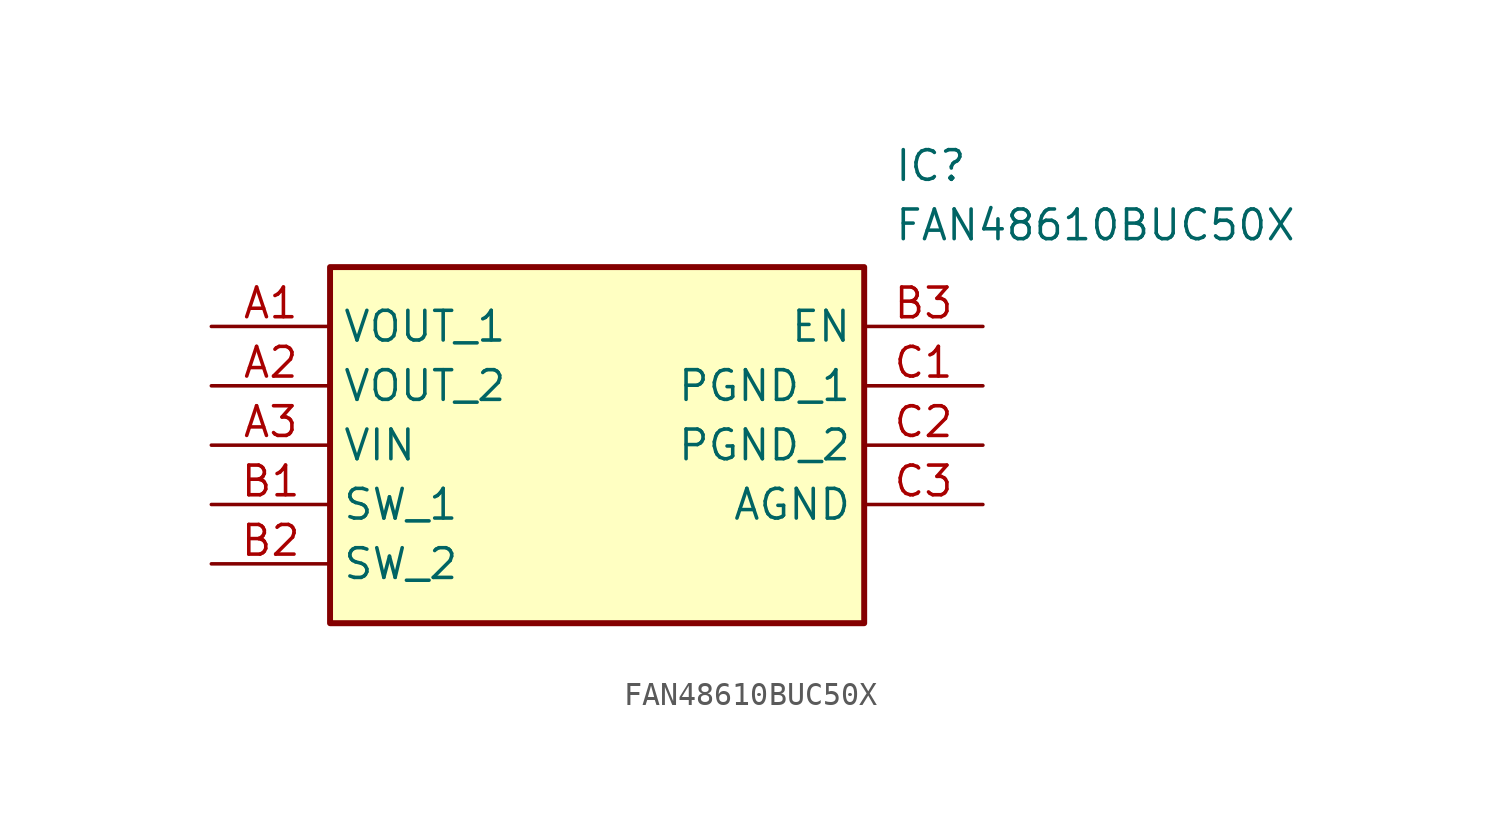
<source format=kicad_sym>
(kicad_symbol_lib
  (version 20220914)
  (generator SamacSys_ECAD_Model)
  (symbol "FAN48610BUC50X"
    (property "Reference" "IC"
      (at 29.21 7.62 0)
      (effects (font (size 1.27 1.27)) (justify left top)))
    (property "Value" "FAN48610BUC50X"
      (at 29.21 5.08 0)
      (effects (font (size 1.27 1.27)) (justify left top)))
    (rectangle
      (start 5.08 2.54)
      (end 27.94 -12.7)
      (stroke (width 0.254) (type default))
      (fill (type background)))
    (pin passive line
      (at 0 0 0)
      (length 5.08)
      (name "VOUT_1" (effects (font (size 1.27 1.27))))
      (number "A1" (effects (font (size 1.27 1.27)))))
    (pin passive line
      (at 0 -2.54 0)
      (length 5.08)
      (name "VOUT_2" (effects (font (size 1.27 1.27))))
      (number "A2" (effects (font (size 1.27 1.27)))))
    (pin passive line
      (at 0 -5.08 0)
      (length 5.08)
      (name "VIN" (effects (font (size 1.27 1.27))))
      (number "A3" (effects (font (size 1.27 1.27)))))
    (pin passive line
      (at 0 -7.62 0)
      (length 5.08)
      (name "SW_1" (effects (font (size 1.27 1.27))))
      (number "B1" (effects (font (size 1.27 1.27)))))
    (pin passive line
      (at 0 -10.16 0)
      (length 5.08)
      (name "SW_2" (effects (font (size 1.27 1.27))))
      (number "B2" (effects (font (size 1.27 1.27)))))
    (pin passive line
      (at 33.02 0 180)
      (length 5.08)
      (name "EN" (effects (font (size 1.27 1.27))))
      (number "B3" (effects (font (size 1.27 1.27)))))
    (pin passive line
      (at 33.02 -2.54 180)
      (length 5.08)
      (name "PGND_1" (effects (font (size 1.27 1.27))))
      (number "C1" (effects (font (size 1.27 1.27)))))
    (pin passive line
      (at 33.02 -5.08 180)
      (length 5.08)
      (name "PGND_2" (effects (font (size 1.27 1.27))))
      (number "C2" (effects (font (size 1.27 1.27)))))
    (pin passive line
      (at 33.02 -7.62 180)
      (length 5.08)
      (name "AGND" (effects (font (size 1.27 1.27))))
      (number "C3" (effects (font (size 1.27 1.27)))))))
</source>
